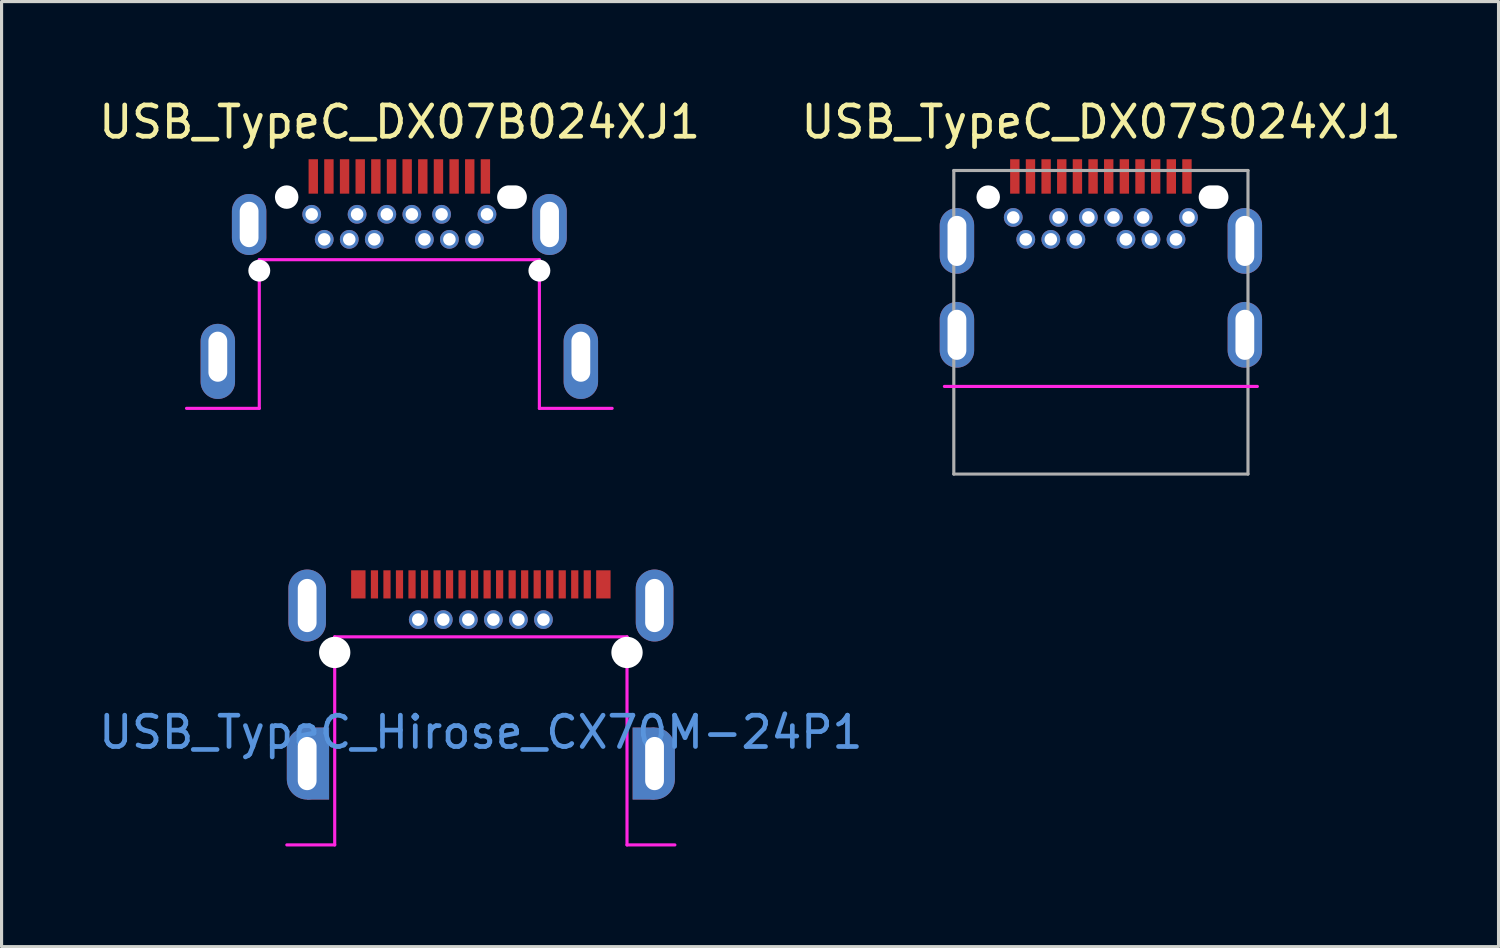
<source format=kicad_pcb>
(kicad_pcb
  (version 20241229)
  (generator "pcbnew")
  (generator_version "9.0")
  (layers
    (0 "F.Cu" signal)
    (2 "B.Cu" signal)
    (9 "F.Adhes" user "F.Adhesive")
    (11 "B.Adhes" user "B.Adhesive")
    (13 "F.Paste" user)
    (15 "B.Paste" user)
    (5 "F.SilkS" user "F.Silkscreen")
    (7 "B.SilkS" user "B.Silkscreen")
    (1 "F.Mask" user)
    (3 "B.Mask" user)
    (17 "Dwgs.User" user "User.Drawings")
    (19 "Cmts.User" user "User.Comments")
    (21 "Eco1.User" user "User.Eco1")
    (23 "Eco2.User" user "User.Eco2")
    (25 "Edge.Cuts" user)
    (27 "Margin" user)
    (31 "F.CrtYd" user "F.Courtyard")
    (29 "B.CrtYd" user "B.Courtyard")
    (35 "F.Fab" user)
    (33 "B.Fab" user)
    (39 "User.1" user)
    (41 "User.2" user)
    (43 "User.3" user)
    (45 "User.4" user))
  (footprint "USB_TypeC_DX07S024XJ1"
    (layer "F.Cu")
    (at 32.127 3.248)
    (property "Reference" "USB_TypeC_DX07S024XJ1" (at 0.01 -2.4 0) (layer "F.SilkS") (effects (font (size 1 1) (thickness 0.15))))
    (attr through_hole)
    (fp_line (start -5 6.05) (end 5 6.05) (stroke (width 0.1) (type solid)) (layer "F.CrtYd"))
    (fp_line (start -4.7 -0.85) (end -4.7 8.85) (stroke (width 0.1) (type solid)) (layer "F.Fab"))
    (fp_line (start -4.7 8.85) (end 4.7 8.85) (stroke (width 0.1) (type solid)) (layer "F.Fab"))
    (fp_line (start 4.7 -0.85) (end -4.7 -0.85) (stroke (width 0.1) (type solid)) (layer "F.Fab"))
    (fp_line (start 4.7 8.85) (end 4.7 -0.85) (stroke (width 0.1) (type solid)) (layer "F.Fab"))
    (pad "" np_thru_hole circle (at -3.6 0) (size 0.75 0.75) (drill 0.75) (layers "*.Cu" "*.Mask"))
    (pad "" np_thru_hole oval (at 3.6 0) (size 0.95 0.75) (drill oval 0.95 0.75) (layers "*.Cu" "*.Mask"))
    (pad "A1" smd rect (at -2.75 -0.66) (size 0.3 1.1) (layers "F.Cu" "F.Mask" "F.Paste"))
    (pad "A2" smd rect (at -2.25 -0.66) (size 0.3 1.1) (layers "F.Cu" "F.Mask" "F.Paste"))
    (pad "A3" smd rect (at -1.75 -0.66) (size 0.3 1.1) (layers "F.Cu" "F.Mask" "F.Paste"))
    (pad "A4" smd rect (at -1.25 -0.66) (size 0.3 1.1) (layers "F.Cu" "F.Mask" "F.Paste"))
    (pad "A5" smd rect (at -0.75 -0.66) (size 0.3 1.1) (layers "F.Cu" "F.Mask" "F.Paste"))
    (pad "A6" smd rect (at -0.25 -0.66) (size 0.3 1.1) (layers "F.Cu" "F.Mask" "F.Paste"))
    (pad "A7" smd rect (at 0.25 -0.66) (size 0.3 1.1) (layers "F.Cu" "F.Mask" "F.Paste"))
    (pad "A8" smd rect (at 0.75 -0.66) (size 0.3 1.1) (layers "F.Cu" "F.Mask" "F.Paste"))
    (pad "A9" smd rect (at 1.25 -0.66) (size 0.3 1.1) (layers "F.Cu" "F.Mask" "F.Paste"))
    (pad "A10" smd rect (at 1.75 -0.66) (size 0.3 1.1) (layers "F.Cu" "F.Mask" "F.Paste"))
    (pad "A11" smd rect (at 2.25 -0.66) (size 0.3 1.1) (layers "F.Cu" "F.Mask" "F.Paste"))
    (pad "A12" smd rect (at 2.75 -0.66) (size 0.3 1.1) (layers "F.Cu" "F.Mask" "F.Paste"))
    (pad "B1" thru_hole circle (at 2.8 0.65) (size 0.6 0.6) (drill 0.4) (layers "*.Cu" "*.Mask"))
    (pad "B2" thru_hole circle (at 2.4 1.35) (size 0.6 0.6) (drill 0.4) (layers "*.Cu" "*.Mask"))
    (pad "B3" thru_hole circle (at 1.6 1.35) (size 0.6 0.6) (drill 0.4) (layers "*.Cu" "*.Mask"))
    (pad "B4" thru_hole circle (at 1.35 0.65) (size 0.6 0.6) (drill 0.4) (layers "*.Cu" "*.Mask"))
    (pad "B5" thru_hole circle (at 0.8 1.35) (size 0.6 0.6) (drill 0.4) (layers "*.Cu" "*.Mask"))
    (pad "B6" thru_hole circle (at 0.4 0.65) (size 0.6 0.6) (drill 0.4) (layers "*.Cu" "*.Mask"))
    (pad "B7" thru_hole circle (at -0.4 0.65) (size 0.6 0.6) (drill 0.4) (layers "*.Cu" "*.Mask"))
    (pad "B8" thru_hole circle (at -0.8 1.35) (size 0.6 0.6) (drill 0.4) (layers "*.Cu" "*.Mask"))
    (pad "B9" thru_hole circle (at -1.35 0.65) (size 0.6 0.6) (drill 0.4) (layers "*.Cu" "*.Mask"))
    (pad "B10" thru_hole circle (at -1.6 1.35) (size 0.6 0.6) (drill 0.4) (layers "*.Cu" "*.Mask"))
    (pad "B11" thru_hole circle (at -2.4 1.35) (size 0.6 0.6) (drill 0.4) (layers "*.Cu" "*.Mask"))
    (pad "B12" thru_hole circle (at -2.8 0.65) (size 0.6 0.6) (drill 0.4) (layers "*.Cu" "*.Mask"))
    (pad "S1" thru_hole oval (at -4.6 1.4) (size 1.1 2.1) (drill oval 0.6 1.6) (layers "*.Cu" "*.Mask"))
    (pad "S1" thru_hole oval (at -4.6 4.4) (size 1.1 2.1) (drill oval 0.6 1.6) (layers "*.Cu" "*.Mask"))
    (pad "S1" thru_hole oval (at 4.6 1.4) (size 1.1 2.1) (drill oval 0.6 1.6) (layers "*.Cu" "*.Mask"))
    (pad "S1" thru_hole oval (at 4.6 4.4) (size 1.1 2.1) (drill oval 0.6 1.6) (layers "*.Cu" "*.Mask")))
  (footprint "USB_TypeC_Hirose_CX70M-24P1"
    (layer "F.Cu")
    (at 12.315 23.948)
    (property "Reference" "USB_TypeC_Hirose_CX70M-24P1" (at 0 -3.6 0) (layer "Cmts.User") (effects (font (size 1 1) (thickness 0.15))))
    (attr through_hole)
    (fp_line (start -6.2 0) (end -4.67 0) (stroke (width 0.1) (type solid)) (layer "F.CrtYd"))
    (fp_line (start -4.67 -6.65) (end 4.67 -6.65) (stroke (width 0.1) (type solid)) (layer "F.CrtYd"))
    (fp_line (start -4.67 0) (end -4.67 -6.65) (stroke (width 0.1) (type solid)) (layer "F.CrtYd"))
    (fp_line (start 4.67 0) (end 4.67 -6.65) (stroke (width 0.1) (type solid)) (layer "F.CrtYd"))
    (fp_line (start 6.2 0) (end 4.67 0) (stroke (width 0.1) (type solid)) (layer "F.CrtYd"))
    (pad "" np_thru_hole circle (at -4.67 -6.15) (size 1 1) (drill 1) (layers "*.Cu" "*.Mask"))
    (pad "" np_thru_hole circle (at 4.67 -6.15) (size 1 1) (drill 1) (layers "*.Cu" "*.Mask"))
    (pad "A1" smd rect (at -2.2 -8.325) (size 0.23 0.9) (layers "F.Cu" "F.Mask" "F.Paste"))
    (pad "A2" smd rect (at -1.8 -8.325) (size 0.23 0.9) (layers "F.Cu" "F.Mask" "F.Paste"))
    (pad "A3" smd rect (at -1.4 -8.325) (size 0.23 0.9) (layers "F.Cu" "F.Mask" "F.Paste"))
    (pad "A4" smd rect (at -1 -8.325) (size 0.23 0.9) (layers "F.Cu" "F.Mask" "F.Paste"))
    (pad "A5" smd rect (at -0.6 -8.325) (size 0.23 0.9) (layers "F.Cu" "F.Mask" "F.Paste"))
    (pad "A6" smd rect (at -0.2 -8.325) (size 0.23 0.9) (layers "F.Cu" "F.Mask" "F.Paste"))
    (pad "A7" smd rect (at 0.2 -8.325) (size 0.23 0.9) (layers "F.Cu" "F.Mask" "F.Paste"))
    (pad "A8" smd rect (at 0.6 -8.325) (size 0.23 0.9) (layers "F.Cu" "F.Mask" "F.Paste"))
    (pad "A9" smd rect (at 1 -8.325) (size 0.23 0.9) (layers "F.Cu" "F.Mask" "F.Paste"))
    (pad "A10" smd rect (at 1.4 -8.325) (size 0.23 0.9) (layers "F.Cu" "F.Mask" "F.Paste"))
    (pad "A11" smd rect (at 1.8 -8.325) (size 0.23 0.9) (layers "F.Cu" "F.Mask" "F.Paste"))
    (pad "A12" smd rect (at 2.2 -8.325) (size 0.23 0.9) (layers "F.Cu" "F.Mask" "F.Paste"))
    (pad "B1" smd rect (at 3.4 -8.325) (size 0.23 0.9) (layers "F.Cu" "F.Mask" "F.Paste"))
    (pad "B2" smd rect (at 3 -8.325) (size 0.23 0.9) (layers "F.Cu" "F.Mask" "F.Paste"))
    (pad "B3" smd rect (at 2.6 -8.325) (size 0.23 0.9) (layers "F.Cu" "F.Mask" "F.Paste"))
    (pad "B4" thru_hole circle (at 2 -7.2) (size 0.6 0.6) (drill 0.4) (layers "*.Cu" "*.Mask"))
    (pad "B5" thru_hole circle (at 1.2 -7.2) (size 0.6 0.6) (drill 0.4) (layers "*.Cu" "*.Mask"))
    (pad "B6" thru_hole circle (at 0.4 -7.2) (size 0.6 0.6) (drill 0.4) (layers "*.Cu" "*.Mask"))
    (pad "B7" thru_hole circle (at -0.4 -7.2) (size 0.6 0.6) (drill 0.4) (layers "*.Cu" "*.Mask"))
    (pad "B8" thru_hole circle (at -1.2 -7.2) (size 0.6 0.6) (drill 0.4) (layers "*.Cu" "*.Mask"))
    (pad "B9" thru_hole circle (at -2 -7.2) (size 0.6 0.6) (drill 0.4) (layers "*.Cu" "*.Mask"))
    (pad "B10" smd rect (at -2.6 -8.325) (size 0.23 0.9) (layers "F.Cu" "F.Mask" "F.Paste"))
    (pad "B11" smd rect (at -3 -8.325) (size 0.23 0.9) (layers "F.Cu" "F.Mask" "F.Paste"))
    (pad "B12" smd rect (at -3.4 -8.325) (size 0.23 0.9) (layers "F.Cu" "F.Mask" "F.Paste"))
    (pad "S1" thru_hole oval (at -5.55 -7.65) (size 1.2 2.3) (drill oval 0.6 1.7) (layers "*.Cu" "*.Mask"))
    (pad "S1" thru_hole oval (at -5.55 -2.6) (size 1.3 2.3) (drill oval 0.6 1.7) (layers "*.Cu" "*.Mask"))
    (pad "S1" smd rect (at -5.2 -2.6) (size 0.7 2.3) (layers "F.Cu" "F.Mask"))
    (pad "S1" smd rect (at -5.2 -2.6) (size 0.7 2.3) (layers "B.Cu" "B.Mask"))
    (pad "S1" smd rect (at -3.915 -8.325) (size 0.46 0.9) (layers "F.Cu" "F.Mask" "F.Paste"))
    (pad "S1" smd rect (at 3.915 -8.325) (size 0.46 0.9) (layers "F.Cu" "F.Mask" "F.Paste"))
    (pad "S1" smd rect (at 5.2 -2.6) (size 0.7 2.3) (layers "F.Cu" "F.Mask"))
    (pad "S1" smd rect (at 5.2 -2.6) (size 0.7 2.3) (layers "B.Cu" "B.Mask"))
    (pad "S1" thru_hole oval (at 5.55 -7.65) (size 1.2 2.3) (drill oval 0.6 1.7) (layers "*.Cu" "*.Mask"))
    (pad "S1" thru_hole oval (at 5.55 -2.6) (size 1.3 2.3) (drill oval 0.6 1.7) (layers "*.Cu" "*.Mask")))
  (footprint "USB_TypeC_DX07B024XJ1"
    (layer "F.Cu")
    (at 9.71 3.248)
    (property "Reference" "USB_TypeC_DX07B024XJ1" (at 0.01 -2.4 0) (layer "F.SilkS") (effects (font (size 1 1) (thickness 0.15))))
    (attr through_hole)
    (fp_line (start -6.8 6.75) (end -4.475 6.75) (stroke (width 0.1) (type solid)) (layer "F.CrtYd"))
    (fp_line (start -4.475 2) (end 4.475 2) (stroke (width 0.1) (type solid)) (layer "F.CrtYd"))
    (fp_line (start -4.475 6.75) (end -4.475 2) (stroke (width 0.1) (type solid)) (layer "F.CrtYd"))
    (fp_line (start 4.475 6.75) (end 4.475 2) (stroke (width 0.1) (type solid)) (layer "F.CrtYd"))
    (fp_line (start 4.475 6.75) (end 6.8 6.75) (stroke (width 0.1) (type solid)) (layer "F.CrtYd"))
    (pad "" np_thru_hole circle (at -4.475 2.35) (size 0.7 0.7) (drill 0.7) (layers "*.Cu" "*.Mask"))
    (pad "" np_thru_hole circle (at -3.6 0) (size 0.75 0.75) (drill 0.75) (layers "*.Cu" "*.Mask"))
    (pad "" np_thru_hole oval (at 3.6 0) (size 0.95 0.75) (drill oval 0.95 0.75) (layers "*.Cu" "*.Mask"))
    (pad "" np_thru_hole circle (at 4.475 2.35) (size 0.7 0.7) (drill 0.7) (layers "*.Cu" "*.Mask"))
    (pad "A1" smd rect (at -2.75 -0.66) (size 0.3 1.1) (layers "F.Cu" "F.Mask" "F.Paste"))
    (pad "A2" smd rect (at -2.25 -0.66) (size 0.3 1.1) (layers "F.Cu" "F.Mask" "F.Paste"))
    (pad "A3" smd rect (at -1.75 -0.66) (size 0.3 1.1) (layers "F.Cu" "F.Mask" "F.Paste"))
    (pad "A4" smd rect (at -1.25 -0.66) (size 0.3 1.1) (layers "F.Cu" "F.Mask" "F.Paste"))
    (pad "A5" smd rect (at -0.75 -0.66) (size 0.3 1.1) (layers "F.Cu" "F.Mask" "F.Paste"))
    (pad "A6" smd rect (at -0.25 -0.66) (size 0.3 1.1) (layers "F.Cu" "F.Mask" "F.Paste"))
    (pad "A7" smd rect (at 0.25 -0.66) (size 0.3 1.1) (layers "F.Cu" "F.Mask" "F.Paste"))
    (pad "A8" smd rect (at 0.75 -0.66) (size 0.3 1.1) (layers "F.Cu" "F.Mask" "F.Paste"))
    (pad "A9" smd rect (at 1.25 -0.66) (size 0.3 1.1) (layers "F.Cu" "F.Mask" "F.Paste"))
    (pad "A10" smd rect (at 1.75 -0.66) (size 0.3 1.1) (layers "F.Cu" "F.Mask" "F.Paste"))
    (pad "A11" smd rect (at 2.25 -0.66) (size 0.3 1.1) (layers "F.Cu" "F.Mask" "F.Paste"))
    (pad "A12" smd rect (at 2.75 -0.66) (size 0.3 1.1) (layers "F.Cu" "F.Mask" "F.Paste"))
    (pad "B1" thru_hole circle (at 2.8 0.55) (size 0.6 0.6) (drill 0.4) (layers "*.Cu" "*.Mask"))
    (pad "B2" thru_hole circle (at 2.4 1.35) (size 0.6 0.6) (drill 0.4) (layers "*.Cu" "*.Mask"))
    (pad "B3" thru_hole circle (at 1.6 1.35) (size 0.6 0.6) (drill 0.4) (layers "*.Cu" "*.Mask"))
    (pad "B4" thru_hole circle (at 1.35 0.55) (size 0.6 0.6) (drill 0.4) (layers "*.Cu" "*.Mask"))
    (pad "B5" thru_hole circle (at 0.8 1.35) (size 0.6 0.6) (drill 0.4) (layers "*.Cu" "*.Mask"))
    (pad "B6" thru_hole circle (at 0.4 0.55) (size 0.6 0.6) (drill 0.4) (layers "*.Cu" "*.Mask"))
    (pad "B7" thru_hole circle (at -0.4 0.55) (size 0.6 0.6) (drill 0.4) (layers "*.Cu" "*.Mask"))
    (pad "B8" thru_hole circle (at -0.8 1.35) (size 0.6 0.6) (drill 0.4) (layers "*.Cu" "*.Mask"))
    (pad "B9" thru_hole circle (at -1.35 0.55) (size 0.6 0.6) (drill 0.4) (layers "*.Cu" "*.Mask"))
    (pad "B10" thru_hole circle (at -1.6 1.35) (size 0.6 0.6) (drill 0.4) (layers "*.Cu" "*.Mask"))
    (pad "B11" thru_hole circle (at -2.4 1.35) (size 0.6 0.6) (drill 0.4) (layers "*.Cu" "*.Mask"))
    (pad "B12" thru_hole circle (at -2.8 0.55) (size 0.6 0.6) (drill 0.4) (layers "*.Cu" "*.Mask"))
    (pad "S1" thru_hole oval (at -5.8 5.1) (size 1.1 2.4) (drill oval 0.6 1.6 (offset 0 0.15)) (layers "*.Cu" "*.Mask"))
    (pad "S1" thru_hole oval (at -4.8 0.875) (size 1.1 1.95) (drill oval 0.6 1.45) (layers "*.Cu" "*.Mask"))
    (pad "S1" thru_hole oval (at 4.8 0.875) (size 1.1 1.95) (drill oval 0.6 1.45) (layers "*.Cu" "*.Mask"))
    (pad "S1" thru_hole oval (at 5.8 5.1) (size 1.1 2.4) (drill oval 0.6 1.6 (offset 0 0.15)) (layers "*.Cu" "*.Mask")))
  (gr_rect
    (start -3 -3)
    (end 44.833 27.198)
    (stroke (width 0.1) (type default))
    (fill no)
    (layer "Edge.Cuts")))
</source>
